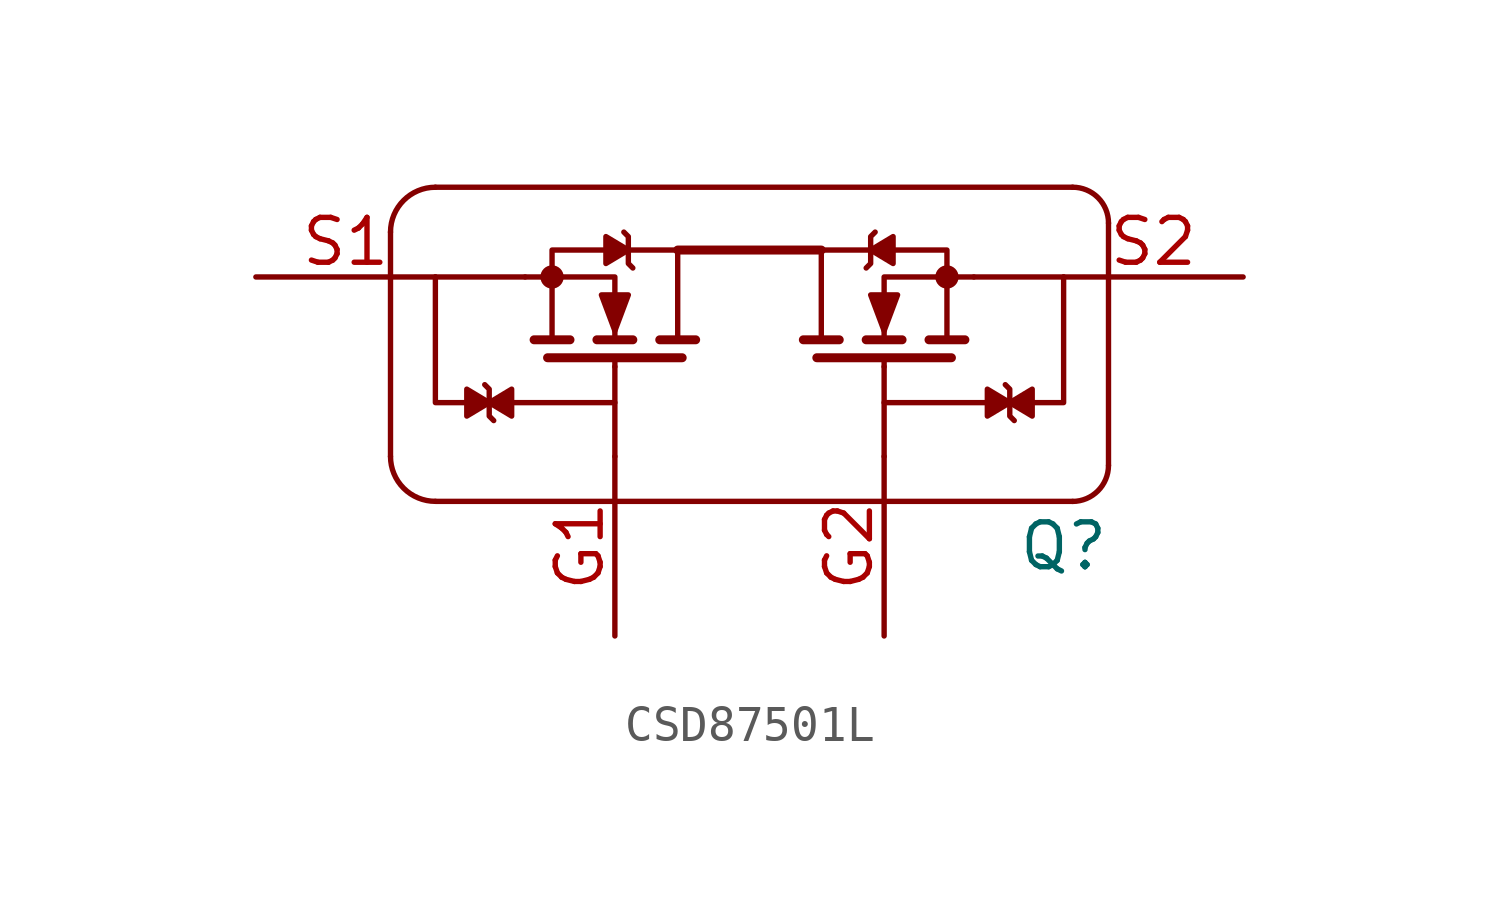
<source format=kicad_sym>
(kicad_symbol_lib
  (version 20231120)
  (generator "kicad_symbol_editor")
  (generator_version "8.0")
  (symbol "CSD87501L"
    (pin_names hide)
    (property "Reference" "Q"
      (at 12.7 2.54 0)
      (effects (font (size 1.27 1.27))))
    (property "Value" ""
      (at 12.7 2.54 0)
      (effects (font (size 1.27 1.27))))
    (symbol "CSD87501L_0_1"
      (arc (start -6.35 5.08) (mid -5.978 4.182) (end -5.08 3.81) (stroke (width 0) (type default)) (fill (type none)))
      (arc (start -5.08 12.7) (mid -5.978 12.328) (end -6.35 11.43) (stroke (width 0) (type default)) (fill (type none)))
      (circle (center -1.778 10.16) (radius 0.254) (stroke (width 0) (type default)) (fill (type outline)))
      (polyline (pts (xy -6.35 11.43) (xy -6.35 5.08)) (stroke (width 0) (type default)) (fill (type none)))
      (polyline (pts (xy -5.08 3.81) (xy 12.954 3.81)) (stroke (width 0) (type default)) (fill (type none)))
      (polyline (pts (xy -5.08 10.16) (xy -2.54 10.16)) (stroke (width 0) (type default)) (fill (type none)))
      (polyline (pts (xy -1.27 8.382) (xy -2.286 8.382)) (stroke (width 0.254) (type default)) (fill (type none)))
      (polyline (pts (xy 0 7.62) (xy 0 5.08)) (stroke (width 0) (type default)) (fill (type none)))
      (polyline (pts (xy 0.508 8.382) (xy -0.508 8.382)) (stroke (width 0.254) (type default)) (fill (type none)))
      (polyline (pts (xy 1.905 7.874) (xy -1.905 7.874)) (stroke (width 0.254) (type default)) (fill (type none)))
      (polyline (pts (xy 2.286 8.382) (xy 1.27 8.382)) (stroke (width 0.254) (type default)) (fill (type none)))
      (polyline (pts (xy 5.334 8.382) (xy 6.35 8.382)) (stroke (width 0.254) (type default)) (fill (type none)))
      (polyline (pts (xy 5.715 7.874) (xy 9.525 7.874)) (stroke (width 0.254) (type default)) (fill (type none)))
      (polyline (pts (xy 7.112 8.382) (xy 8.128 8.382)) (stroke (width 0.254) (type default)) (fill (type none)))
      (polyline (pts (xy 7.62 7.62) (xy 7.62 5.08)) (stroke (width 0) (type default)) (fill (type none)))
      (polyline (pts (xy 8.89 8.382) (xy 9.906 8.382)) (stroke (width 0.254) (type default)) (fill (type none)))
      (polyline (pts (xy 10.16 10.16) (xy 12.7 10.16)) (stroke (width 0) (type default)) (fill (type none)))
      (polyline (pts (xy 12.954 12.7) (xy -5.08 12.7)) (stroke (width 0) (type default)) (fill (type none)))
      (polyline (pts (xy 13.97 4.826) (xy 13.97 11.684)) (stroke (width 0) (type default)) (fill (type none)))
      (polyline (pts (xy -2.54 10.16) (xy 0 10.16) (xy 0 8.382)) (stroke (width 0) (type default)) (fill (type none)))
      (polyline (pts (xy 10.16 10.16) (xy 7.62 10.16) (xy 7.62 8.382)) (stroke (width 0) (type default)) (fill (type none)))
      (polyline (pts (xy -3.429 6.096) (xy -3.556 6.223) (xy -3.556 6.985) (xy -3.683 7.112)) (stroke (width 0) (type default)) (fill (type none)))
      (polyline (pts (xy -1.778 8.382) (xy -1.778 10.922) (xy 1.778 10.922) (xy 1.778 8.382)) (stroke (width 0) (type default)) (fill (type none)))
      (polyline (pts (xy 0 8.636) (xy 0.381 9.652) (xy -0.381 9.652) (xy 0 8.636)) (stroke (width 0) (type default)) (fill (type outline)))
      (polyline (pts (xy 0.508 10.414) (xy 0.381 10.541) (xy 0.381 11.303) (xy 0.254 11.43)) (stroke (width 0) (type default)) (fill (type none)))
      (polyline (pts (xy 7.112 10.414) (xy 7.239 10.541) (xy 7.239 11.303) (xy 7.366 11.43)) (stroke (width 0) (type default)) (fill (type none)))
      (polyline (pts (xy 7.62 8.636) (xy 7.239 9.652) (xy 8.001 9.652) (xy 7.62 8.636)) (stroke (width 0) (type default)) (fill (type outline)))
      (polyline (pts (xy 9.398 8.382) (xy 9.398 10.922) (xy 5.842 10.922) (xy 5.842 8.382)) (stroke (width 0) (type default)) (fill (type none)))
      (polyline (pts (xy 11.303 6.096) (xy 11.176 6.223) (xy 11.176 6.985) (xy 11.049 7.112)) (stroke (width 0) (type default)) (fill (type none)))
      (circle (center 9.398 10.16) (radius 0.254) (stroke (width 0) (type default)) (fill (type outline)))
      (arc (start 12.954 3.81) (mid 13.6724 4.1076) (end 13.97 4.826) (stroke (width 0) (type default)) (fill (type none)))
      (arc (start 13.97 11.684) (mid 13.6724 12.4024) (end 12.954 12.7) (stroke (width 0) (type default)) (fill (type none))))
    (symbol "CSD87501L_1_1"
      (polyline (pts (xy -3.048 6.604) (xy 0 6.604)) (stroke (width 0) (type default)) (fill (type none)))
      (polyline (pts (xy 0 7.62) (xy 0 7.874)) (stroke (width 0) (type default)) (fill (type none)))
      (polyline (pts (xy 1.778 10.922) (xy 5.842 10.922)) (stroke (width 0.254) (type default)) (fill (type none)))
      (polyline (pts (xy 7.62 7.62) (xy 7.62 7.874)) (stroke (width 0) (type default)) (fill (type none)))
      (polyline (pts (xy 10.668 6.604) (xy 7.62 6.604)) (stroke (width 0) (type default)) (fill (type none)))
      (polyline (pts (xy -4.064 6.604) (xy -5.08 6.604) (xy -5.08 10.16)) (stroke (width 0) (type default)) (fill (type none)))
      (polyline (pts (xy -3.556 6.604) (xy -4.191 6.223) (xy -4.191 6.985) (xy -3.556 6.604)) (stroke (width 0) (type default)) (fill (type outline)))
      (polyline (pts (xy -3.556 6.604) (xy -2.921 6.223) (xy -2.921 6.985) (xy -3.556 6.604)) (stroke (width 0) (type default)) (fill (type outline)))
      (polyline (pts (xy 0.381 10.922) (xy -0.254 10.541) (xy -0.254 11.303) (xy 0.381 10.922)) (stroke (width 0) (type default)) (fill (type outline)))
      (polyline (pts (xy 7.239 10.922) (xy 7.874 10.541) (xy 7.874 11.303) (xy 7.239 10.922)) (stroke (width 0) (type default)) (fill (type outline)))
      (polyline (pts (xy 11.176 6.604) (xy 10.541 6.223) (xy 10.541 6.985) (xy 11.176 6.604)) (stroke (width 0) (type default)) (fill (type outline)))
      (polyline (pts (xy 11.176 6.604) (xy 11.811 6.223) (xy 11.811 6.985) (xy 11.176 6.604)) (stroke (width 0) (type default)) (fill (type outline)))
      (polyline (pts (xy 11.684 6.604) (xy 12.7 6.604) (xy 12.7 6.604) (xy 12.7 10.16)) (stroke (width 0) (type default)) (fill (type none)))
      (pin passive line (at 0 0 90) (length 5.08) (name "G1" (effects (font (size 1.27 1.27)))) (number "G1" (effects (font (size 1.27 1.27)))))
      (pin passive line (at 7.62 0 90) (length 5.08) (name "G2" (effects (font (size 1.27 1.27)))) (number "G2" (effects (font (size 1.27 1.27)))))
      (pin passive line (at -10.16 10.16 0) (length 5.08) (name "S1" (effects (font (size 1.27 1.27)))) (number "S1" (effects (font (size 1.27 1.27)))))
      (pin passive line (at 17.78 10.16 180) (length 5.08) (name "S2" (effects (font (size 1.27 1.27)))) (number "S2" (effects (font (size 1.27 1.27))))))))
</source>
